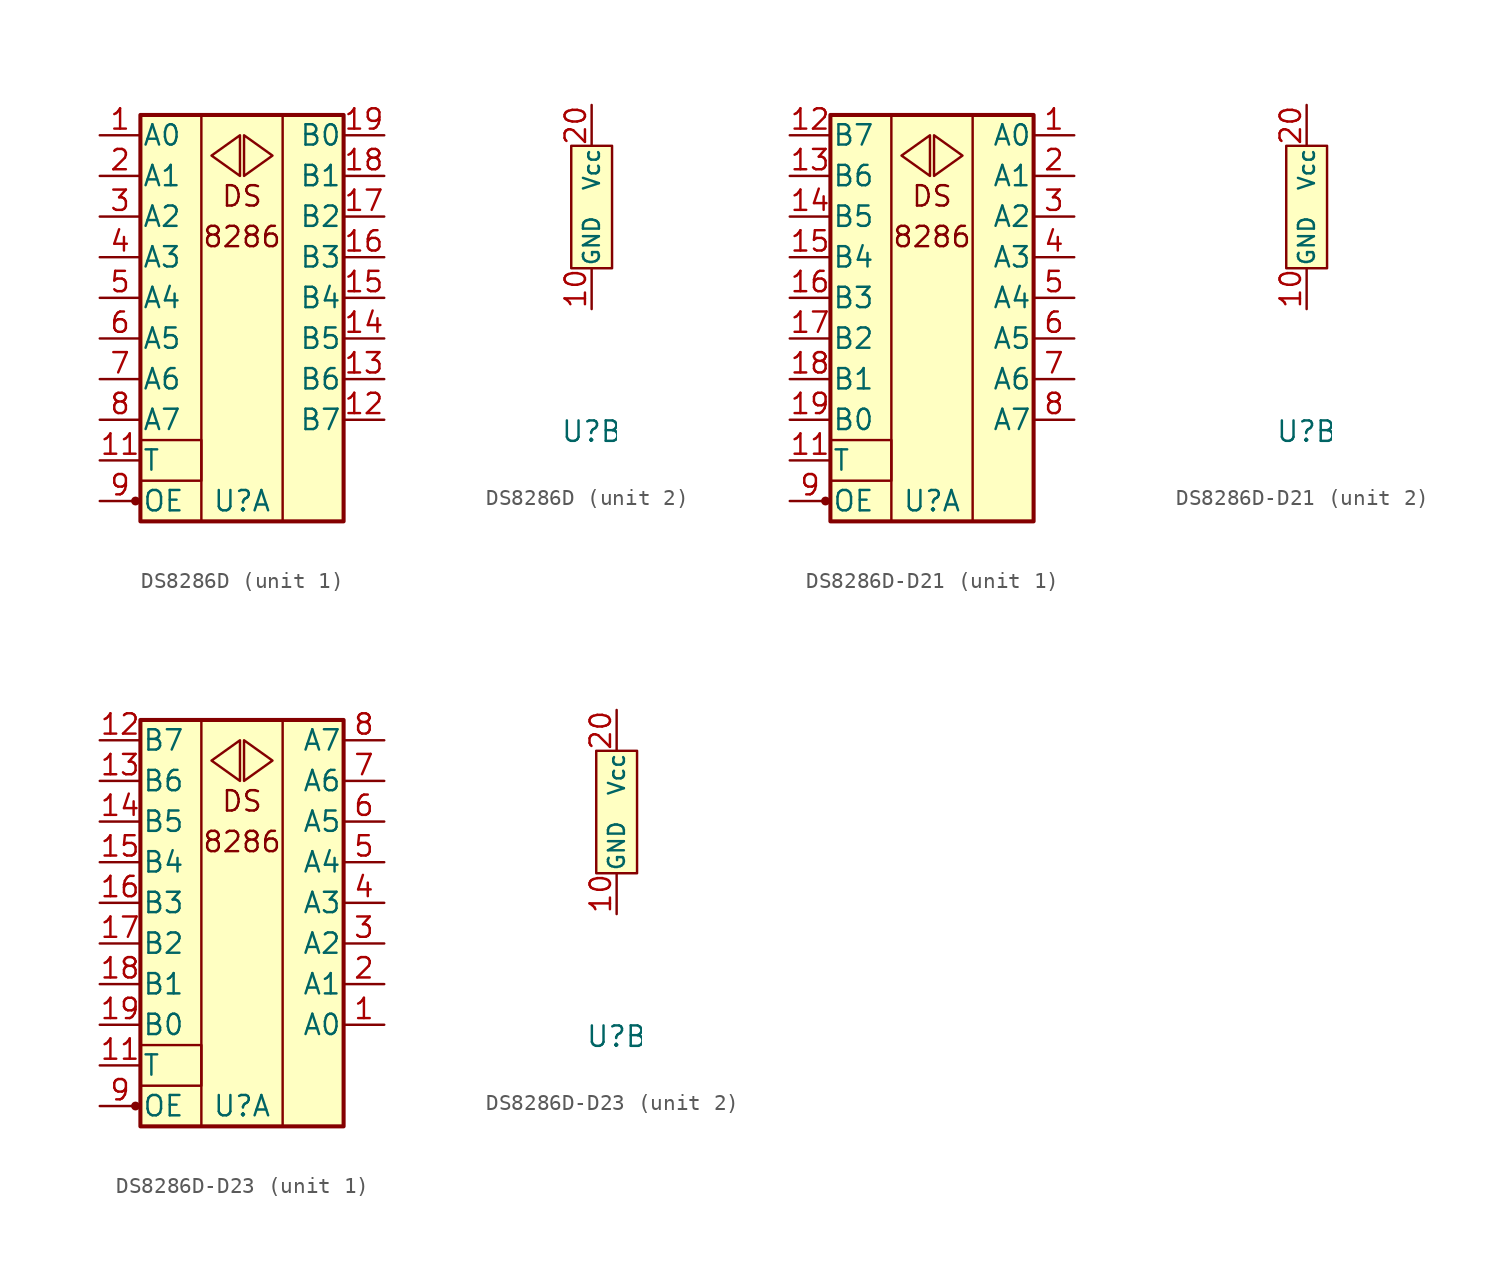
<source format=kicad_sym>
(kicad_symbol_lib
  (version 20211014)
  (generator kicad_symbol_editor)
  (symbol "DS8286D"
    (pin_names
      (offset 0.102))
    (property "Reference" "U"
      (at 0 -13.97 0)
      (effects (font (size 1.27 1.27))))
    (property "ki_locked" ""
      (at 0 0 0)
      (effects (font (size 1.27 1.27))))
    (symbol "DS8286D_1_0"
      (rectangle (start -2.54 -15.24) (end -2.54 10.16) (stroke (width 0) (type default) (color 0 0 0 0)) (fill (type none)))
      (rectangle (start 2.54 10.16) (end 2.54 -15.24) (stroke (width 0) (type default) (color 0 0 0 0)) (fill (type none)))
      (text "8286" (at 0 2.54 0) (effects (font (size 1.27 1.27))))
      (text "DS" (at 0 5.08 0) (effects (font (size 1.27 1.27)))))
    (symbol "DS8286D_1_1"
      (circle (center -6.655 -13.97) (radius 0.203) (stroke (width 0) (type default) (color 0 0 0 0)) (fill (type outline)))
      (rectangle (start -6.35 -10.16) (end -2.54 -12.7) (stroke (width 0) (type default) (color 0 0 0 0)) (fill (type none)))
      (rectangle (start -6.35 10.16) (end 6.35 -15.24) (stroke (width 0.254) (type default) (color 0 0 0 0)) (fill (type background)))
      (polyline (pts (xy -0.127 8.89) (xy -1.905 7.62) (xy -0.127 6.35) (xy -0.127 8.89)) (stroke (width 0) (type default) (color 0 0 0 0)) (fill (type none)))
      (polyline (pts (xy 0.127 8.89) (xy 1.905 7.62) (xy 0.127 6.35) (xy 0.127 8.89)) (stroke (width 0) (type default) (color 0 0 0 0)) (fill (type none)))
      (pin bidirectional line (at -8.89 8.89 0) (length 2.54) (name "A0" (effects (font (size 1.27 1.27)))) (number "1" (effects (font (size 1.27 1.27)))))
      (pin input line (at -8.89 -11.43 0) (length 2.54) (name "T" (effects (font (size 1.27 1.27)))) (number "11" (effects (font (size 1.27 1.27)))))
      (pin bidirectional line (at 8.89 -8.89 180) (length 2.54) (name "B7" (effects (font (size 1.27 1.27)))) (number "12" (effects (font (size 1.27 1.27)))))
      (pin bidirectional line (at 8.89 -6.35 180) (length 2.54) (name "B6" (effects (font (size 1.27 1.27)))) (number "13" (effects (font (size 1.27 1.27)))))
      (pin bidirectional line (at 8.89 -3.81 180) (length 2.54) (name "B5" (effects (font (size 1.27 1.27)))) (number "14" (effects (font (size 1.27 1.27)))))
      (pin bidirectional line (at 8.89 -1.27 180) (length 2.54) (name "B4" (effects (font (size 1.27 1.27)))) (number "15" (effects (font (size 1.27 1.27)))))
      (pin bidirectional line (at 8.89 1.27 180) (length 2.54) (name "B3" (effects (font (size 1.27 1.27)))) (number "16" (effects (font (size 1.27 1.27)))))
      (pin bidirectional line (at 8.89 3.81 180) (length 2.54) (name "B2" (effects (font (size 1.27 1.27)))) (number "17" (effects (font (size 1.27 1.27)))))
      (pin bidirectional line (at 8.89 6.35 180) (length 2.54) (name "B1" (effects (font (size 1.27 1.27)))) (number "18" (effects (font (size 1.27 1.27)))))
      (pin bidirectional line (at 8.89 8.89 180) (length 2.54) (name "B0" (effects (font (size 1.27 1.27)))) (number "19" (effects (font (size 1.27 1.27)))))
      (pin bidirectional line (at -8.89 6.35 0) (length 2.54) (name "A1" (effects (font (size 1.27 1.27)))) (number "2" (effects (font (size 1.27 1.27)))))
      (pin bidirectional line (at -8.89 3.81 0) (length 2.54) (name "A2" (effects (font (size 1.27 1.27)))) (number "3" (effects (font (size 1.27 1.27)))))
      (pin bidirectional line (at -8.89 1.27 0) (length 2.54) (name "A3" (effects (font (size 1.27 1.27)))) (number "4" (effects (font (size 1.27 1.27)))))
      (pin bidirectional line (at -8.89 -1.27 0) (length 2.54) (name "A4" (effects (font (size 1.27 1.27)))) (number "5" (effects (font (size 1.27 1.27)))))
      (pin bidirectional line (at -8.89 -3.81 0) (length 2.54) (name "A5" (effects (font (size 1.27 1.27)))) (number "6" (effects (font (size 1.27 1.27)))))
      (pin bidirectional line (at -8.89 -6.35 0) (length 2.54) (name "A6" (effects (font (size 1.27 1.27)))) (number "7" (effects (font (size 1.27 1.27)))))
      (pin bidirectional line (at -8.89 -8.89 0) (length 2.54) (name "A7" (effects (font (size 1.27 1.27)))) (number "8" (effects (font (size 1.27 1.27)))))
      (pin bidirectional line (at -8.89 -13.97 0) (length 2.54) (name "OE" (effects (font (size 1.27 1.27)))) (number "9" (effects (font (size 1.27 1.27))))))
    (symbol "DS8286D_2_1"
      (rectangle (start -1.27 3.81) (end 1.27 -3.81) (stroke (width 0) (type default) (color 0 0 0 0)) (fill (type background)))
      (pin power_in line (at 0 -6.35 90) (length 2.54) (name "GND" (effects (font (size 0.991 0.991)))) (number "10" (effects (font (size 1.27 1.27)))))
      (pin power_in line (at 0 6.35 270) (length 2.54) (name "Vcc" (effects (font (size 0.991 0.991)))) (number "20" (effects (font (size 1.27 1.27)))))))
  (symbol "DS8286D-D21"
    (pin_names
      (offset 0.102))
    (property "Reference" "U"
      (at 0 -13.97 0)
      (effects (font (size 1.27 1.27))))
    (property "ki_locked" ""
      (at 0 0 0)
      (effects (font (size 1.27 1.27))))
    (symbol "DS8286D-D21_1_0"
      (rectangle (start -6.35 -10.16) (end -2.54 -12.7) (stroke (width 0) (type default) (color 0 0 0 0)) (fill (type none)))
      (rectangle (start -2.54 10.16) (end -2.54 -15.24) (stroke (width 0) (type default) (color 0 0 0 0)) (fill (type none)))
      (rectangle (start 2.54 10.16) (end 2.54 -15.24) (stroke (width 0) (type default) (color 0 0 0 0)) (fill (type none)))
      (text "8286" (at 0 2.54 0) (effects (font (size 1.27 1.27))))
      (text "DS" (at 0 5.08 0) (effects (font (size 1.27 1.27)))))
    (symbol "DS8286D-D21_1_1"
      (circle (center -6.655 -13.97) (radius 0.203) (stroke (width 0) (type default) (color 0 0 0 0)) (fill (type outline)))
      (rectangle (start -6.35 10.16) (end 6.35 -15.24) (stroke (width 0.254) (type default) (color 0 0 0 0)) (fill (type background)))
      (polyline (pts (xy -0.127 8.89) (xy -1.905 7.62) (xy -0.127 6.35) (xy -0.127 8.89)) (stroke (width 0) (type default) (color 0 0 0 0)) (fill (type none)))
      (polyline (pts (xy 0.127 8.89) (xy 1.905 7.62) (xy 0.127 6.35) (xy 0.127 8.89)) (stroke (width 0) (type default) (color 0 0 0 0)) (fill (type none)))
      (pin bidirectional line (at 8.89 8.89 180) (length 2.54) (name "A0" (effects (font (size 1.27 1.27)))) (number "1" (effects (font (size 1.27 1.27)))))
      (pin input line (at -8.89 -11.43 0) (length 2.54) (name "T" (effects (font (size 1.27 1.27)))) (number "11" (effects (font (size 1.27 1.27)))))
      (pin bidirectional line (at -8.89 8.89 0) (length 2.54) (name "B7" (effects (font (size 1.27 1.27)))) (number "12" (effects (font (size 1.27 1.27)))))
      (pin bidirectional line (at -8.89 6.35 0) (length 2.54) (name "B6" (effects (font (size 1.27 1.27)))) (number "13" (effects (font (size 1.27 1.27)))))
      (pin bidirectional line (at -8.89 3.81 0) (length 2.54) (name "B5" (effects (font (size 1.27 1.27)))) (number "14" (effects (font (size 1.27 1.27)))))
      (pin bidirectional line (at -8.89 1.27 0) (length 2.54) (name "B4" (effects (font (size 1.27 1.27)))) (number "15" (effects (font (size 1.27 1.27)))))
      (pin bidirectional line (at -8.89 -1.27 0) (length 2.54) (name "B3" (effects (font (size 1.27 1.27)))) (number "16" (effects (font (size 1.27 1.27)))))
      (pin bidirectional line (at -8.89 -3.81 0) (length 2.54) (name "B2" (effects (font (size 1.27 1.27)))) (number "17" (effects (font (size 1.27 1.27)))))
      (pin bidirectional line (at -8.89 -6.35 0) (length 2.54) (name "B1" (effects (font (size 1.27 1.27)))) (number "18" (effects (font (size 1.27 1.27)))))
      (pin bidirectional line (at -8.89 -8.89 0) (length 2.54) (name "B0" (effects (font (size 1.27 1.27)))) (number "19" (effects (font (size 1.27 1.27)))))
      (pin bidirectional line (at 8.89 6.35 180) (length 2.54) (name "A1" (effects (font (size 1.27 1.27)))) (number "2" (effects (font (size 1.27 1.27)))))
      (pin bidirectional line (at 8.89 3.81 180) (length 2.54) (name "A2" (effects (font (size 1.27 1.27)))) (number "3" (effects (font (size 1.27 1.27)))))
      (pin bidirectional line (at 8.89 1.27 180) (length 2.54) (name "A3" (effects (font (size 1.27 1.27)))) (number "4" (effects (font (size 1.27 1.27)))))
      (pin bidirectional line (at 8.89 -1.27 180) (length 2.54) (name "A4" (effects (font (size 1.27 1.27)))) (number "5" (effects (font (size 1.27 1.27)))))
      (pin bidirectional line (at 8.89 -3.81 180) (length 2.54) (name "A5" (effects (font (size 1.27 1.27)))) (number "6" (effects (font (size 1.27 1.27)))))
      (pin bidirectional line (at 8.89 -6.35 180) (length 2.54) (name "A6" (effects (font (size 1.27 1.27)))) (number "7" (effects (font (size 1.27 1.27)))))
      (pin bidirectional line (at 8.89 -8.89 180) (length 2.54) (name "A7" (effects (font (size 1.27 1.27)))) (number "8" (effects (font (size 1.27 1.27)))))
      (pin bidirectional line (at -8.89 -13.97 0) (length 2.54) (name "OE" (effects (font (size 1.27 1.27)))) (number "9" (effects (font (size 1.27 1.27))))))
    (symbol "DS8286D-D21_2_1"
      (rectangle (start -1.27 3.81) (end 1.27 -3.81) (stroke (width 0) (type default) (color 0 0 0 0)) (fill (type background)))
      (pin power_in line (at 0 -6.35 90) (length 2.54) (name "GND" (effects (font (size 0.991 0.991)))) (number "10" (effects (font (size 1.27 1.27)))))
      (pin power_in line (at 0 6.35 270) (length 2.54) (name "Vcc" (effects (font (size 0.991 0.991)))) (number "20" (effects (font (size 1.27 1.27)))))))
  (symbol "DS8286D-D23"
    (pin_names
      (offset 0.102))
    (property "Reference" "U"
      (at 0 -13.97 0)
      (effects (font (size 1.27 1.27))))
    (property "ki_locked" ""
      (at 0 0 0)
      (effects (font (size 1.27 1.27))))
    (symbol "DS8286D-D23_1_0"
      (rectangle (start -2.54 10.16) (end -2.54 -15.24) (stroke (width 0) (type default) (color 0 0 0 0)) (fill (type none)))
      (rectangle (start 2.54 10.16) (end 2.54 -15.24) (stroke (width 0) (type default) (color 0 0 0 0)) (fill (type none)))
      (text "8286" (at 0 2.54 0) (effects (font (size 1.27 1.27))))
      (text "DS" (at 0 5.08 0) (effects (font (size 1.27 1.27)))))
    (symbol "DS8286D-D23_1_1"
      (circle (center -6.655 -13.97) (radius 0.203) (stroke (width 0) (type default) (color 0 0 0 0)) (fill (type outline)))
      (rectangle (start -6.35 -10.16) (end -2.54 -12.7) (stroke (width 0) (type default) (color 0 0 0 0)) (fill (type none)))
      (rectangle (start -6.35 10.16) (end 6.35 -15.24) (stroke (width 0.254) (type default) (color 0 0 0 0)) (fill (type background)))
      (polyline (pts (xy -0.127 8.89) (xy -1.905 7.62) (xy -0.127 6.35) (xy -0.127 8.89)) (stroke (width 0) (type default) (color 0 0 0 0)) (fill (type none)))
      (polyline (pts (xy 0.127 8.89) (xy 1.905 7.62) (xy 0.127 6.35) (xy 0.127 8.89)) (stroke (width 0) (type default) (color 0 0 0 0)) (fill (type none)))
      (pin bidirectional line (at 8.89 -8.89 180) (length 2.54) (name "A0" (effects (font (size 1.27 1.27)))) (number "1" (effects (font (size 1.27 1.27)))))
      (pin input line (at -8.89 -11.43 0) (length 2.54) (name "T" (effects (font (size 1.27 1.27)))) (number "11" (effects (font (size 1.27 1.27)))))
      (pin bidirectional line (at -8.89 8.89 0) (length 2.54) (name "B7" (effects (font (size 1.27 1.27)))) (number "12" (effects (font (size 1.27 1.27)))))
      (pin bidirectional line (at -8.89 6.35 0) (length 2.54) (name "B6" (effects (font (size 1.27 1.27)))) (number "13" (effects (font (size 1.27 1.27)))))
      (pin bidirectional line (at -8.89 3.81 0) (length 2.54) (name "B5" (effects (font (size 1.27 1.27)))) (number "14" (effects (font (size 1.27 1.27)))))
      (pin bidirectional line (at -8.89 1.27 0) (length 2.54) (name "B4" (effects (font (size 1.27 1.27)))) (number "15" (effects (font (size 1.27 1.27)))))
      (pin bidirectional line (at -8.89 -1.27 0) (length 2.54) (name "B3" (effects (font (size 1.27 1.27)))) (number "16" (effects (font (size 1.27 1.27)))))
      (pin bidirectional line (at -8.89 -3.81 0) (length 2.54) (name "B2" (effects (font (size 1.27 1.27)))) (number "17" (effects (font (size 1.27 1.27)))))
      (pin bidirectional line (at -8.89 -6.35 0) (length 2.54) (name "B1" (effects (font (size 1.27 1.27)))) (number "18" (effects (font (size 1.27 1.27)))))
      (pin bidirectional line (at -8.89 -8.89 0) (length 2.54) (name "B0" (effects (font (size 1.27 1.27)))) (number "19" (effects (font (size 1.27 1.27)))))
      (pin bidirectional line (at 8.89 -6.35 180) (length 2.54) (name "A1" (effects (font (size 1.27 1.27)))) (number "2" (effects (font (size 1.27 1.27)))))
      (pin bidirectional line (at 8.89 -3.81 180) (length 2.54) (name "A2" (effects (font (size 1.27 1.27)))) (number "3" (effects (font (size 1.27 1.27)))))
      (pin bidirectional line (at 8.89 -1.27 180) (length 2.54) (name "A3" (effects (font (size 1.27 1.27)))) (number "4" (effects (font (size 1.27 1.27)))))
      (pin bidirectional line (at 8.89 1.27 180) (length 2.54) (name "A4" (effects (font (size 1.27 1.27)))) (number "5" (effects (font (size 1.27 1.27)))))
      (pin bidirectional line (at 8.89 3.81 180) (length 2.54) (name "A5" (effects (font (size 1.27 1.27)))) (number "6" (effects (font (size 1.27 1.27)))))
      (pin bidirectional line (at 8.89 6.35 180) (length 2.54) (name "A6" (effects (font (size 1.27 1.27)))) (number "7" (effects (font (size 1.27 1.27)))))
      (pin bidirectional line (at 8.89 8.89 180) (length 2.54) (name "A7" (effects (font (size 1.27 1.27)))) (number "8" (effects (font (size 1.27 1.27)))))
      (pin bidirectional line (at -8.89 -13.97 0) (length 2.54) (name "OE" (effects (font (size 1.27 1.27)))) (number "9" (effects (font (size 1.27 1.27))))))
    (symbol "DS8286D-D23_2_1"
      (rectangle (start -1.27 3.81) (end 1.27 -3.81) (stroke (width 0) (type default) (color 0 0 0 0)) (fill (type background)))
      (pin power_in line (at 0 -6.35 90) (length 2.54) (name "GND" (effects (font (size 0.991 0.991)))) (number "10" (effects (font (size 1.27 1.27)))))
      (pin power_in line (at 0 6.35 270) (length 2.54) (name "Vcc" (effects (font (size 0.991 0.991)))) (number "20" (effects (font (size 1.27 1.27))))))))
</source>
